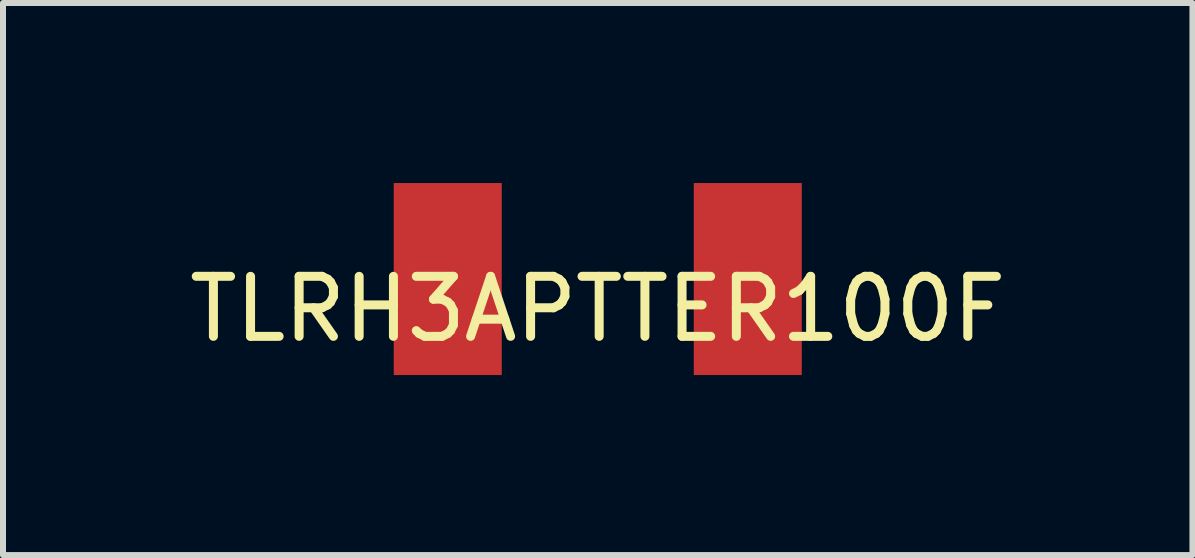
<source format=kicad_pcb>
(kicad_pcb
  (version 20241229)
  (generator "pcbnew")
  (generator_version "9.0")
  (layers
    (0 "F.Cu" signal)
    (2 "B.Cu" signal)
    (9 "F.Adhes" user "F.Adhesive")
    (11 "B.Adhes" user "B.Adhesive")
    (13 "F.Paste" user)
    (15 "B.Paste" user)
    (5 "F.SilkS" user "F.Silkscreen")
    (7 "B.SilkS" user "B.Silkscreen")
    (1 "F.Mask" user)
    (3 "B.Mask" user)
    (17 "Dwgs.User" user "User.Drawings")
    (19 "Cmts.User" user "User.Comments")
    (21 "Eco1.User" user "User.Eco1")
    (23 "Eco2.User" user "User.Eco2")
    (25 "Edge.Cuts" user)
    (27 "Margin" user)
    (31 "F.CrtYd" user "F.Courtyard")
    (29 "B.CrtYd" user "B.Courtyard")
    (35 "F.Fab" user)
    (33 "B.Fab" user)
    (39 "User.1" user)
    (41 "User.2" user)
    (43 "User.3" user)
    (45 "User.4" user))
  (footprint "TLRH3APTTER100F"
    (layer "F.Cu")
    (at 6.911 1.6)
    (property "Reference" "TLRH3APTTER100F" (at 0 0.5 0) (layer "F.SilkS") (effects (font (size 1 1) (thickness 0.15))))
    (attr through_hole)
    (pad "1" smd rect (at -2.5 0) (size 1.8 3.2) (layers "F.Cu" "F.Mask" "F.Paste"))
    (pad "2" smd rect (at 2.5 0) (size 1.8 3.2) (layers "F.Cu" "F.Mask" "F.Paste")))
  (gr_rect
    (start -3 -3)
    (end 16.821 6.2)
    (stroke (width 0.1) (type default))
    (fill no)
    (layer "Edge.Cuts")))
</source>
